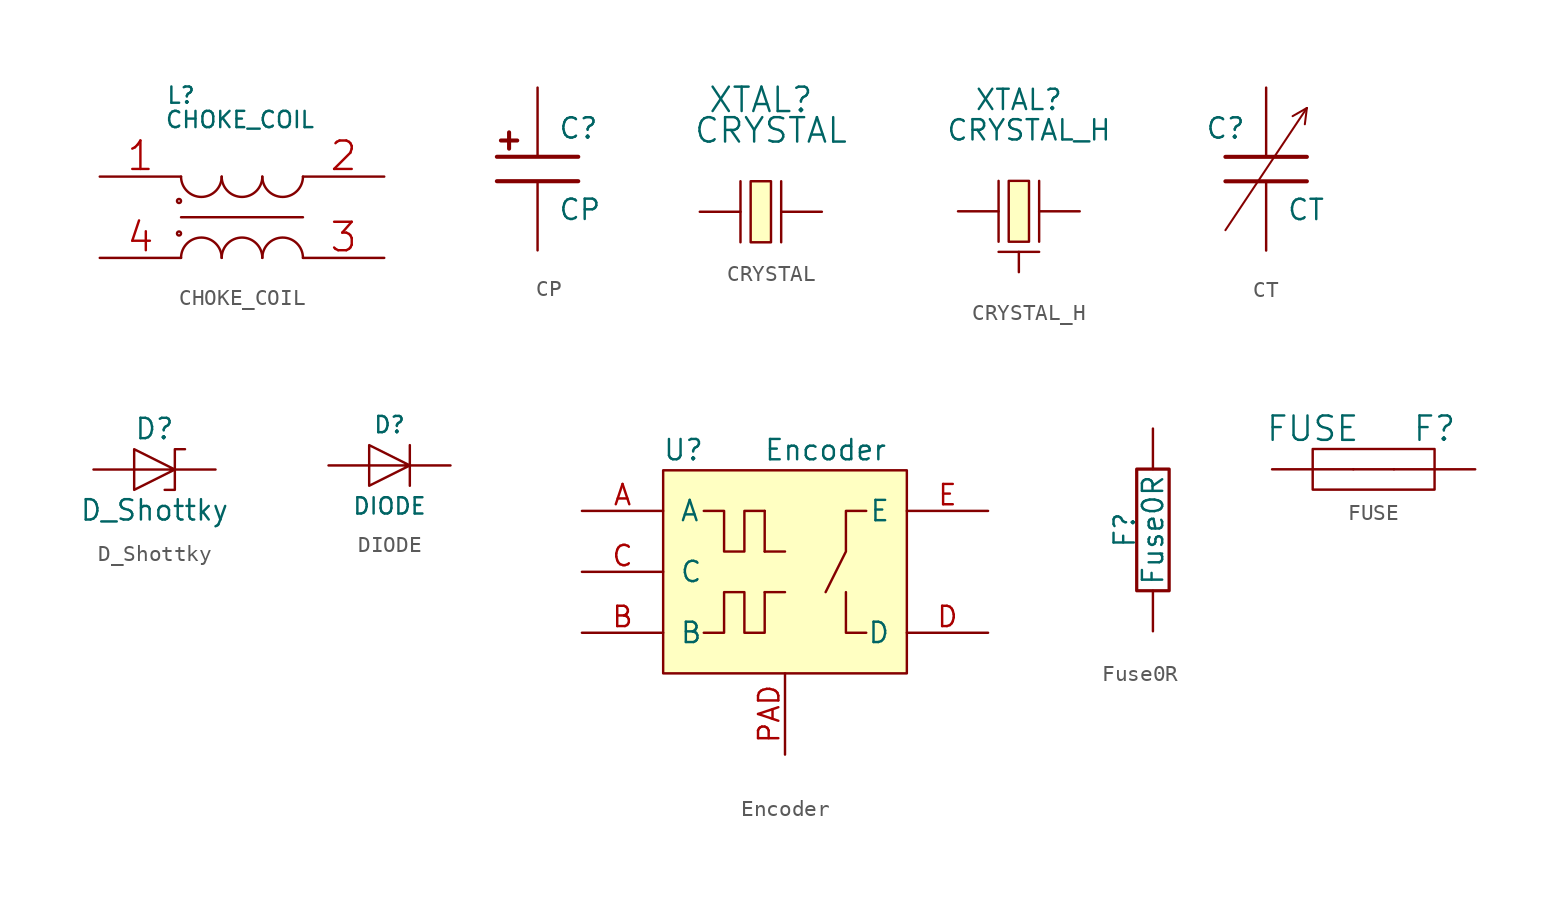
<source format=kicad_sym>
(kicad_symbol_lib
  (version 20201005)
  (generator kicad_symbol_editor)
  (symbol "Tittar_kl:CHOKE_COIL"
    (pin_names
      (offset 1.016) hide)
    (property "Reference" "L"
      (at -3.81 7.62 0)
      (effects (font (size 1.016 1.016))))
    (property "Value" "CHOKE_COIL"
      (at -0.127 6.096 0)
      (effects (font (size 1.016 1.016))))
    (property "Footprint" ""
      (at 0 0 0)
      (effects (font (size 1.524 1.524))))
    (property "Datasheet" ""
      (at 0 0 0)
      (effects (font (size 1.524 1.524))))
    (symbol "CHOKE_COIL_0_1"
      (arc (start -1.27 -2.54) (end -3.81 -2.54) (radius (at -2.54 -2.54) (length 1.27) (angles 0.1 179.9)) (stroke (width 0)) (fill (type none)))
      (arc (start -3.81 2.54) (end -1.27 2.54) (radius (at -2.54 2.54) (length 1.27) (angles -179.9 -0.1)) (stroke (width 0)) (fill (type none)))
      (arc (start 1.27 -2.54) (end -1.27 -2.54) (radius (at 0 -2.54) (length 1.27) (angles 0.1 179.9)) (stroke (width 0)) (fill (type none)))
      (arc (start -1.27 2.54) (end 1.27 2.54) (radius (at 0 2.54) (length 1.27) (angles -179.9 -0.1)) (stroke (width 0)) (fill (type none)))
      (arc (start 3.81 -2.54) (end 1.27 -2.54) (radius (at 2.54 -2.54) (length 1.27) (angles 0.1 179.9)) (stroke (width 0)) (fill (type none)))
      (arc (start 1.27 2.54) (end 3.81 2.54) (radius (at 2.54 2.54) (length 1.27) (angles -179.9 -0.1)) (stroke (width 0)) (fill (type none)))
      (circle (center -3.937 -1.016) (radius 0.127) (stroke (width 0)) (fill (type none)))
      (circle (center -3.937 1.016) (radius 0.127) (stroke (width 0)) (fill (type none)))
      (polyline (pts (xy -3.81 0) (xy 3.81 0)) (stroke (width 0)) (fill (type none))))
    (symbol "CHOKE_COIL_1_1"
      (pin passive line (at -8.89 2.54 0) (length 5.08) (name "~" (effects (font (size 1.778 1.778)))) (number "1" (effects (font (size 1.778 1.778)))))
      (pin passive line (at 8.89 2.54 180) (length 5.08) (name "~" (effects (font (size 1.778 1.778)))) (number "2" (effects (font (size 1.778 1.778)))))
      (pin passive line (at 8.89 -2.54 180) (length 5.08) (name "~" (effects (font (size 1.778 1.778)))) (number "3" (effects (font (size 1.778 1.778)))))
      (pin passive line (at -8.89 -2.54 0) (length 5.08) (name "~" (effects (font (size 1.778 1.778)))) (number "4" (effects (font (size 1.778 1.778)))))))
  (symbol "Tittar_kl:CP"
    (pin_numbers hide)
    (pin_names
      (offset 0.254))
    (property "Reference" "C"
      (at 1.27 2.54 0)
      (effects (font (size 1.27 1.27)) (justify left)))
    (property "Value" "CP"
      (at 1.27 -2.54 0)
      (effects (font (size 1.27 1.27)) (justify left)))
    (symbol "CP_0_1"
      (polyline (pts (xy -2.54 -0.762) (xy 2.54 -0.762)) (stroke (width 0.254)) (fill (type none)))
      (polyline (pts (xy -2.54 0.762) (xy 2.54 0.762)) (stroke (width 0.254)) (fill (type none)))
      (polyline (pts (xy -2.286 1.778) (xy -1.27 1.778) (xy -1.27 1.778)) (stroke (width 0.254)) (fill (type none)))
      (polyline (pts (xy -1.778 2.286) (xy -1.778 1.27) (xy -1.778 1.27)) (stroke (width 0.254)) (fill (type none))))
    (symbol "CP_1_1"
      (pin passive line (at 0 5.08 270) (length 4.318) (name "~" (effects (font (size 1.016 1.016)))) (number "1" (effects (font (size 1.016 1.016)))))
      (pin passive line (at 0 -5.08 90) (length 4.318) (name "~" (effects (font (size 1.016 1.016)))) (number "2" (effects (font (size 1.016 1.016)))))))
  (symbol "Tittar_kl:CRYSTAL"
    (pin_numbers hide)
    (pin_names
      (offset 1.016) hide)
    (property "Reference" "XTAL"
      (at 0 6.985 0)
      (effects (font (size 1.524 1.524))))
    (property "Value" "CRYSTAL"
      (at 0.635 5.08 0)
      (effects (font (size 1.524 1.524))))
    (symbol "CRYSTAL_0_1"
      (rectangle (start -0.635 1.905) (end 0.635 -1.905) (stroke (width 0)) (fill (type background)))
      (polyline (pts (xy -1.27 1.905) (xy -1.27 -1.905)) (stroke (width 0)) (fill (type none)))
      (polyline (pts (xy 1.27 1.905) (xy 1.27 -1.905)) (stroke (width 0)) (fill (type none))))
    (symbol "CRYSTAL_1_1"
      (pin passive line (at -3.81 0 0) (length 2.54) (name "1" (effects (font (size 1.016 1.016)))) (number "1" (effects (font (size 1.016 1.016)))))
      (pin passive line (at 3.81 0 180) (length 2.54) (name "2" (effects (font (size 1.016 1.016)))) (number "2" (effects (font (size 1.016 1.016)))))))
  (symbol "Tittar_kl:CRYSTAL_H"
    (pin_numbers hide)
    (pin_names
      (offset 1.016) hide)
    (property "Reference" "XTAL"
      (at 0 6.985 0)
      (effects (font (size 1.27 1.27))))
    (property "Value" "CRYSTAL_H"
      (at 0.635 5.08 0)
      (effects (font (size 1.27 1.27))))
    (symbol "CRYSTAL_H_0_1"
      (rectangle (start -0.635 1.905) (end 0.635 -1.905) (stroke (width 0)) (fill (type background)))
      (polyline (pts (xy -1.27 1.905) (xy -1.27 -1.905)) (stroke (width 0)) (fill (type none)))
      (polyline (pts (xy 1.27 1.905) (xy 1.27 -1.905)) (stroke (width 0)) (fill (type none)))
      (polyline (pts (xy -1.27 -2.54) (xy 1.27 -2.54) (xy 1.27 -2.54)) (stroke (width 0)) (fill (type none))))
    (symbol "CRYSTAL_H_1_1"
      (pin passive line (at -3.81 0 0) (length 2.54) (name "1" (effects (font (size 1.016 1.016)))) (number "1" (effects (font (size 1.016 1.016)))))
      (pin passive line (at 3.81 0 180) (length 2.54) (name "2" (effects (font (size 1.016 1.016)))) (number "2" (effects (font (size 1.016 1.016)))))
      (pin passive line (at 0 -3.81 90) (length 1.27) (name "H" (effects (font (size 1.27 1.27)))) (number "H" (effects (font (size 1.27 1.27)))))))
  (symbol "Tittar_kl:CT"
    (pin_numbers hide)
    (pin_names
      (offset 0.254))
    (property "Reference" "C"
      (at -3.81 2.54 0)
      (effects (font (size 1.27 1.27)) (justify left)))
    (property "Value" "CT"
      (at 1.27 -2.54 0)
      (effects (font (size 1.27 1.27)) (justify left)))
    (property "Footprint" ""
      (at 0 0 0)
      (effects (font (size 1.524 1.524))))
    (property "Datasheet" ""
      (at 0 0 0)
      (effects (font (size 1.524 1.524))))
    (symbol "CT_0_1"
      (polyline (pts (xy -2.54 -0.762) (xy 2.54 -0.762)) (stroke (width 0.254)) (fill (type none)))
      (polyline (pts (xy -2.54 0.762) (xy 2.54 0.762)) (stroke (width 0.254)) (fill (type none)))
      (polyline (pts (xy -2.54 -3.81) (xy 2.54 3.81) (xy 2.54 3.81)) (stroke (width 0.127)) (fill (type none)))
      (polyline (pts (xy 2.54 3.81) (xy 1.651 3.302) (xy 1.651 3.302)) (stroke (width 0.127)) (fill (type none)))
      (polyline (pts (xy 2.54 3.81) (xy 2.413 2.794) (xy 2.413 2.794)) (stroke (width 0.127)) (fill (type none))))
    (symbol "CT_1_1"
      (pin passive line (at 0 5.08 270) (length 4.318) (name "~" (effects (font (size 1.016 1.016)))) (number "1" (effects (font (size 1.016 1.016)))))
      (pin passive line (at 0 -5.08 90) (length 4.318) (name "~" (effects (font (size 1.016 1.016)))) (number "2" (effects (font (size 1.016 1.016)))))))
  (symbol "Tittar_kl:D_Shottky"
    (pin_numbers hide)
    (pin_names
      (offset 1.016) hide)
    (property "Reference" "D"
      (at 0 2.54 0)
      (effects (font (size 1.27 1.27))))
    (property "Value" "D_Shottky"
      (at 0 -2.54 0)
      (effects (font (size 1.27 1.27))))
    (symbol "D_Shottky_0_1"
      (polyline (pts (xy 0.635 -1.27) (xy 1.27 -1.27) (xy 1.27 1.27) (xy 1.905 1.27) (xy 1.905 1.27)) (stroke (width 0.152)) (fill (type none)))
      (polyline (pts (xy 1.27 0) (xy -1.27 -1.27) (xy -1.27 1.27) (xy 1.27 0) (xy -1.27 0)) (stroke (width 0)) (fill (type none))))
    (symbol "D_Shottky_1_1"
      (pin passive line (at -3.81 0 0) (length 2.54) (name "~" (effects (font (size 1.016 1.016)))) (number "A" (effects (font (size 1.016 1.016)))))
      (pin passive line (at 3.81 0 180) (length 2.54) (name "~" (effects (font (size 1.016 1.016)))) (number "C" (effects (font (size 1.016 1.016)))))))
  (symbol "Tittar_kl:DIODE"
    (pin_numbers hide)
    (pin_names
      (offset 1.016) hide)
    (property "Reference" "D"
      (at 0 2.54 0)
      (effects (font (size 1.016 1.016))))
    (property "Value" "DIODE"
      (at 0 -2.54 0)
      (effects (font (size 1.016 1.016))))
    (symbol "DIODE_0_1"
      (polyline (pts (xy 1.27 1.27) (xy 1.27 -1.27)) (stroke (width 0.152)) (fill (type none)))
      (polyline (pts (xy 1.27 0) (xy -1.27 -1.27) (xy -1.27 1.27) (xy 1.27 0) (xy -1.27 0)) (stroke (width 0)) (fill (type none))))
    (symbol "DIODE_1_1"
      (pin passive line (at -3.81 0 0) (length 2.54) (name "~" (effects (font (size 1.016 1.016)))) (number "A" (effects (font (size 1.016 1.016)))))
      (pin passive line (at 3.81 0 180) (length 2.54) (name "~" (effects (font (size 1.016 1.016)))) (number "C" (effects (font (size 1.016 1.016)))))))
  (symbol "Tittar_kl:Encoder"
    (pin_names
      (offset 1.016))
    (property "Reference" "U"
      (at -6.35 7.62 0)
      (effects (font (size 1.27 1.27))))
    (property "Value" "Encoder"
      (at 2.54 7.62 0)
      (effects (font (size 1.27 1.27))))
    (symbol "Encoder_0_1"
      (rectangle (start -7.62 6.35) (end 7.62 -6.35) (stroke (width 0)) (fill (type background)))
      (polyline (pts (xy -1.27 -1.27) (xy 0 -1.27)) (stroke (width 0)) (fill (type none)))
      (polyline (pts (xy -1.27 1.27) (xy 0 1.27)) (stroke (width 0)) (fill (type none)))
      (polyline (pts (xy -1.27 3.81) (xy -1.27 1.27)) (stroke (width 0)) (fill (type none)))
      (polyline (pts (xy 3.81 -1.27) (xy 3.81 -3.81) (xy 5.08 -3.81)) (stroke (width 0)) (fill (type none)))
      (polyline (pts (xy 5.08 3.81) (xy 3.81 3.81) (xy 3.81 1.27) (xy 2.54 -1.27)) (stroke (width 0)) (fill (type none)))
      (polyline (pts (xy -5.08 3.81) (xy -3.81 3.81) (xy -3.81 1.27) (xy -2.54 1.27) (xy -2.54 3.81) (xy -1.27 3.81)) (stroke (width 0)) (fill (type none)))
      (polyline (pts (xy -5.08 -3.81) (xy -3.81 -3.81) (xy -3.81 -1.27) (xy -2.54 -1.27) (xy -2.54 -3.81) (xy -1.27 -3.81) (xy -1.27 -1.27)) (stroke (width 0)) (fill (type none))))
    (symbol "Encoder_1_1"
      (pin passive line (at -12.7 3.81 0) (length 5.08) (name "A" (effects (font (size 1.27 1.27)))) (number "A" (effects (font (size 1.27 1.27)))))
      (pin passive line (at -12.7 -3.81 0) (length 5.08) (name "B" (effects (font (size 1.27 1.27)))) (number "B" (effects (font (size 1.27 1.27)))))
      (pin passive line (at -12.7 0 0) (length 5.08) (name "C" (effects (font (size 1.27 1.27)))) (number "C" (effects (font (size 1.27 1.27)))))
      (pin passive line (at 12.7 -3.81 180) (length 5.08) (name "D" (effects (font (size 1.27 1.27)))) (number "D" (effects (font (size 1.27 1.27)))))
      (pin passive line (at 12.7 3.81 180) (length 5.08) (name "E" (effects (font (size 1.27 1.27)))) (number "E" (effects (font (size 1.27 1.27)))))
      (pin passive line (at 0 -11.43 90) (length 5.08) (name "~" (effects (font (size 1.27 1.27)))) (number "PAD" (effects (font (size 1.27 1.27)))))))
  (symbol "Tittar_kl:Fuse0R"
    (pin_numbers hide)
    (pin_names
      (offset 0))
    (property "Reference" "F"
      (at -1.778 0 90)
      (effects (font (size 1.27 1.27))))
    (property "Value" "Fuse0R"
      (at 0 0 90)
      (effects (font (size 1.27 1.27))))
    (symbol "Fuse0R_0_1"
      (rectangle (start -1.016 3.81) (end 1.016 -3.81) (stroke (width 0.203)) (fill (type none))))
    (symbol "Fuse0R_1_1"
      (pin passive line (at 0 6.35 270) (length 2.54) (name "~" (effects (font (size 1.524 1.524)))) (number "1" (effects (font (size 1.524 1.524)))))
      (pin passive line (at 0 -6.35 90) (length 2.54) (name "~" (effects (font (size 1.524 1.524)))) (number "2" (effects (font (size 1.524 1.524)))))))
  (symbol "Tittar_kl:FUSE"
    (pin_numbers hide)
    (pin_names
      (offset 1.016))
    (property "Reference" "F"
      (at 3.81 2.54 0)
      (effects (font (size 1.524 1.524))))
    (property "Value" "FUSE"
      (at -3.81 2.54 0)
      (effects (font (size 1.524 1.524))))
    (property "Footprint" ""
      (at 0 0 0)
      (effects (font (size 1.524 1.524))))
    (property "Datasheet" ""
      (at 0 0 0)
      (effects (font (size 1.524 1.524))))
    (symbol "FUSE_0_1"
      (rectangle (start -3.81 1.27) (end 3.81 -1.27) (stroke (width 0)) (fill (type none)))
      (polyline (pts (xy -1.27 0) (xy 1.27 0)) (stroke (width 0)) (fill (type none))))
    (symbol "FUSE_1_1"
      (pin passive line (at -6.35 0 0) (length 5.08) (name "~" (effects (font (size 1.27 1.27)))) (number "1" (effects (font (size 1.27 1.27)))))
      (pin passive line (at 6.35 0 180) (length 5.08) (name "~" (effects (font (size 1.27 1.27)))) (number "2" (effects (font (size 1.27 1.27))))))))
</source>
